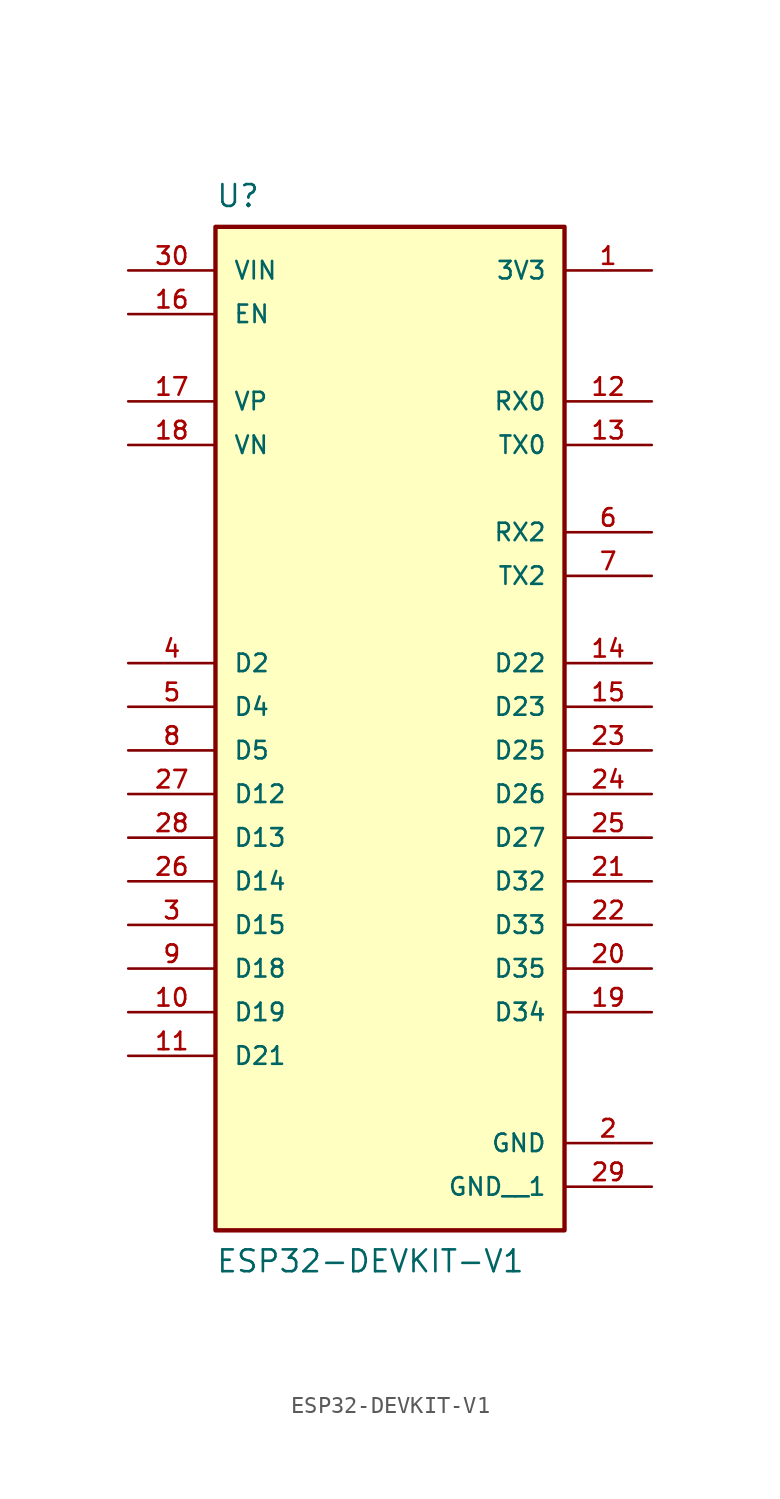
<source format=kicad_sym>
(kicad_symbol_lib
  (version 20211014)
  (generator kicad_symbol_editor)
  (symbol "ESP32-DEVKIT-V1"
    (pin_names
      (offset 1.016))
    (property "Reference" "U"
      (at -10.16 30.48 0)
      (effects (font (size 1.27 1.27)) (justify top left)))
    (property "Value" "ESP32-DEVKIT-V1"
      (at -10.16 -33.02 0)
      (effects (font (size 1.27 1.27)) (justify bottom left)))
    (symbol "ESP32-DEVKIT-V1_0_0"
      (rectangle (start -10.16 -30.48) (end 10.16 27.94) (stroke (width 0.254)) (fill (type background)))
      (pin input line (at -15.24 22.86 0) (length 5.08) (name "EN" (effects (font (size 1.016 1.016)))) (number "16" (effects (font (size 1.016 1.016)))))
      (pin bidirectional line (at -15.24 17.78 0) (length 5.08) (name "VP" (effects (font (size 1.016 1.016)))) (number "17" (effects (font (size 1.016 1.016)))))
      (pin bidirectional line (at -15.24 15.24 0) (length 5.08) (name "VN" (effects (font (size 1.016 1.016)))) (number "18" (effects (font (size 1.016 1.016)))))
      (pin bidirectional line (at 15.24 -17.78 180.0) (length 5.08) (name "D34" (effects (font (size 1.016 1.016)))) (number "19" (effects (font (size 1.016 1.016)))))
      (pin bidirectional line (at 15.24 -15.24 180.0) (length 5.08) (name "D35" (effects (font (size 1.016 1.016)))) (number "20" (effects (font (size 1.016 1.016)))))
      (pin bidirectional line (at 15.24 -10.16 180.0) (length 5.08) (name "D32" (effects (font (size 1.016 1.016)))) (number "21" (effects (font (size 1.016 1.016)))))
      (pin bidirectional line (at 15.24 -12.7 180.0) (length 5.08) (name "D33" (effects (font (size 1.016 1.016)))) (number "22" (effects (font (size 1.016 1.016)))))
      (pin bidirectional line (at 15.24 -2.54 180.0) (length 5.08) (name "D25" (effects (font (size 1.016 1.016)))) (number "23" (effects (font (size 1.016 1.016)))))
      (pin bidirectional line (at 15.24 -5.08 180.0) (length 5.08) (name "D26" (effects (font (size 1.016 1.016)))) (number "24" (effects (font (size 1.016 1.016)))))
      (pin bidirectional line (at 15.24 -7.62 180.0) (length 5.08) (name "D27" (effects (font (size 1.016 1.016)))) (number "25" (effects (font (size 1.016 1.016)))))
      (pin bidirectional line (at -15.24 -10.16 0) (length 5.08) (name "D14" (effects (font (size 1.016 1.016)))) (number "26" (effects (font (size 1.016 1.016)))))
      (pin bidirectional line (at -15.24 -5.08 0) (length 5.08) (name "D12" (effects (font (size 1.016 1.016)))) (number "27" (effects (font (size 1.016 1.016)))))
      (pin bidirectional line (at -15.24 -7.62 0) (length 5.08) (name "D13" (effects (font (size 1.016 1.016)))) (number "28" (effects (font (size 1.016 1.016)))))
      (pin power_in line (at 15.24 -25.4 180.0) (length 5.08) (name "GND" (effects (font (size 1.016 1.016)))) (number "2" (effects (font (size 1.016 1.016)))))
      (pin input line (at -15.24 25.4 0) (length 5.08) (name "VIN" (effects (font (size 1.016 1.016)))) (number "30" (effects (font (size 1.016 1.016)))))
      (pin bidirectional line (at 15.24 0.0 180.0) (length 5.08) (name "D23" (effects (font (size 1.016 1.016)))) (number "15" (effects (font (size 1.016 1.016)))))
      (pin bidirectional line (at 15.24 2.54 180.0) (length 5.08) (name "D22" (effects (font (size 1.016 1.016)))) (number "14" (effects (font (size 1.016 1.016)))))
      (pin output line (at 15.24 15.24 180.0) (length 5.08) (name "TX0" (effects (font (size 1.016 1.016)))) (number "13" (effects (font (size 1.016 1.016)))))
      (pin input line (at 15.24 17.78 180.0) (length 5.08) (name "RX0" (effects (font (size 1.016 1.016)))) (number "12" (effects (font (size 1.016 1.016)))))
      (pin bidirectional line (at -15.24 -20.32 0) (length 5.08) (name "D21" (effects (font (size 1.016 1.016)))) (number "11" (effects (font (size 1.016 1.016)))))
      (pin bidirectional line (at -15.24 -17.78 0) (length 5.08) (name "D19" (effects (font (size 1.016 1.016)))) (number "10" (effects (font (size 1.016 1.016)))))
      (pin bidirectional line (at -15.24 -15.24 0) (length 5.08) (name "D18" (effects (font (size 1.016 1.016)))) (number "9" (effects (font (size 1.016 1.016)))))
      (pin bidirectional line (at -15.24 -2.54 0) (length 5.08) (name "D5" (effects (font (size 1.016 1.016)))) (number "8" (effects (font (size 1.016 1.016)))))
      (pin output line (at 15.24 7.62 180.0) (length 5.08) (name "TX2" (effects (font (size 1.016 1.016)))) (number "7" (effects (font (size 1.016 1.016)))))
      (pin input line (at 15.24 10.16 180.0) (length 5.08) (name "RX2" (effects (font (size 1.016 1.016)))) (number "6" (effects (font (size 1.016 1.016)))))
      (pin bidirectional line (at -15.24 0.0 0) (length 5.08) (name "D4" (effects (font (size 1.016 1.016)))) (number "5" (effects (font (size 1.016 1.016)))))
      (pin bidirectional line (at -15.24 2.54 0) (length 5.08) (name "D2" (effects (font (size 1.016 1.016)))) (number "4" (effects (font (size 1.016 1.016)))))
      (pin bidirectional line (at -15.24 -12.7 0) (length 5.08) (name "D15" (effects (font (size 1.016 1.016)))) (number "3" (effects (font (size 1.016 1.016)))))
      (pin output line (at 15.24 25.4 180.0) (length 5.08) (name "3V3" (effects (font (size 1.016 1.016)))) (number "1" (effects (font (size 1.016 1.016)))))
      (pin power_in line (at 15.24 -27.94 180.0) (length 5.08) (name "GND__1" (effects (font (size 1.016 1.016)))) (number "29" (effects (font (size 1.016 1.016))))))))
</source>
